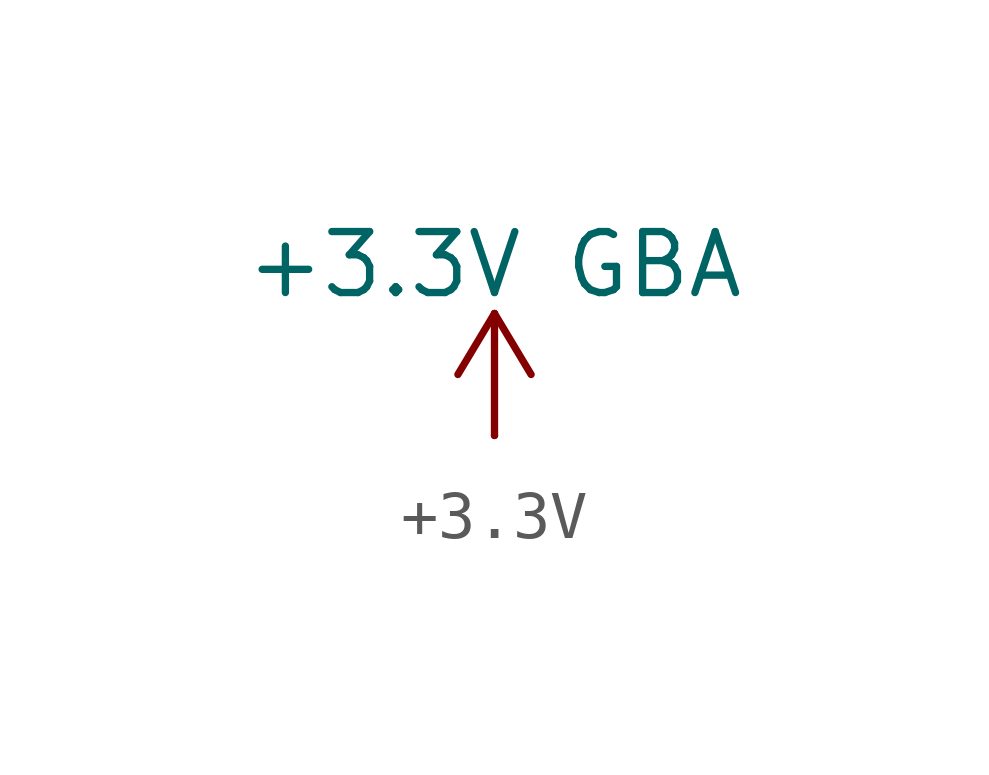
<source format=kicad_sym>
(kicad_symbol_lib
  (version 20241209)
  (generator "kicad_symbol_editor")
  (generator_version "9.0")
  (symbol "+3.3V"
    (power)
    (pin_numbers
      (hide yes))
    (pin_names
      (offset 0)
      (hide yes))
    (property "Reference" "#PWR"
      (at 0 -3.81 0)
      (effects (font (size 1.27 1.27)) (hide yes)))
    (property "Value" "+3.3V GBA"
      (at 0 3.556 0)
      (effects (font (size 1.27 1.27))))
    (symbol "+3.3V_0_1"
      (polyline (pts (xy -0.762 1.27) (xy 0 2.54)) (stroke (width 0) (type default)) (fill (type none)))
      (polyline (pts (xy 0 2.54) (xy 0.762 1.27)) (stroke (width 0) (type default)) (fill (type none)))
      (polyline (pts (xy 0 0) (xy 0 2.54)) (stroke (width 0) (type default)) (fill (type none))))
    (symbol "+3.3V_1_1"
      (pin power_in line (at 0 0 90) (length 0) (name "~" (effects (font (size 1.27 1.27)))) (number "1" (effects (font (size 1.27 1.27))))))))
</source>
